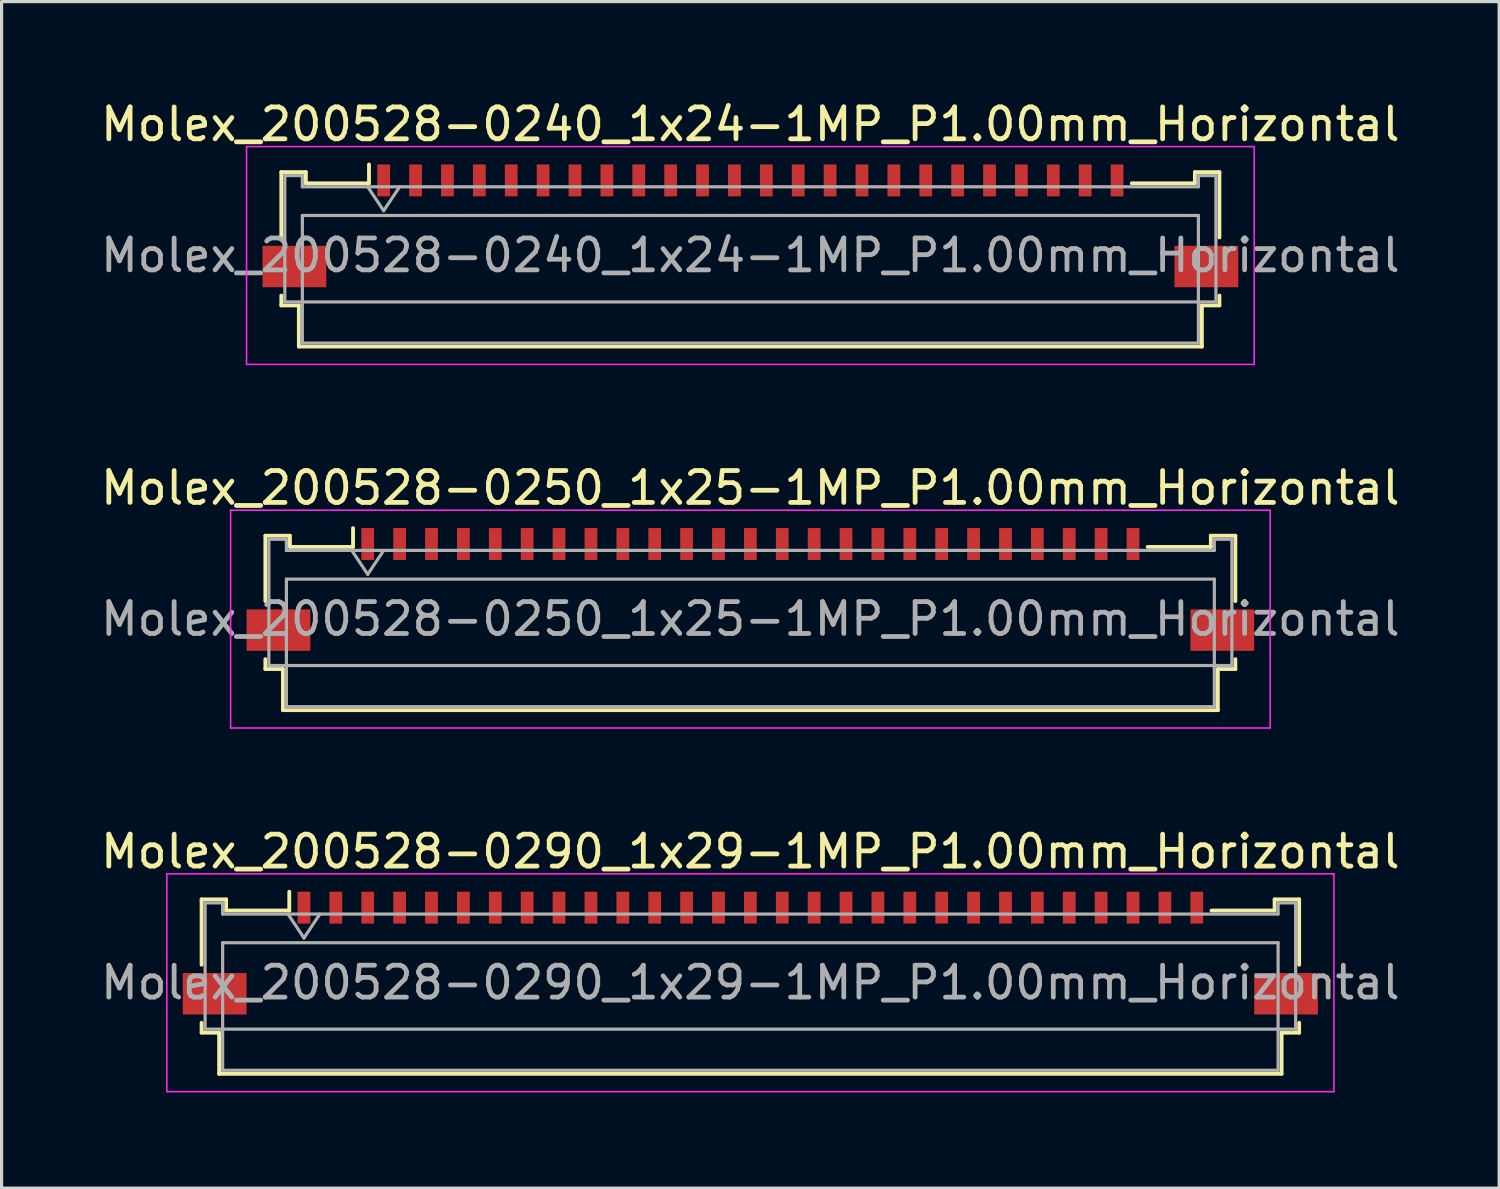
<source format=kicad_pcb>
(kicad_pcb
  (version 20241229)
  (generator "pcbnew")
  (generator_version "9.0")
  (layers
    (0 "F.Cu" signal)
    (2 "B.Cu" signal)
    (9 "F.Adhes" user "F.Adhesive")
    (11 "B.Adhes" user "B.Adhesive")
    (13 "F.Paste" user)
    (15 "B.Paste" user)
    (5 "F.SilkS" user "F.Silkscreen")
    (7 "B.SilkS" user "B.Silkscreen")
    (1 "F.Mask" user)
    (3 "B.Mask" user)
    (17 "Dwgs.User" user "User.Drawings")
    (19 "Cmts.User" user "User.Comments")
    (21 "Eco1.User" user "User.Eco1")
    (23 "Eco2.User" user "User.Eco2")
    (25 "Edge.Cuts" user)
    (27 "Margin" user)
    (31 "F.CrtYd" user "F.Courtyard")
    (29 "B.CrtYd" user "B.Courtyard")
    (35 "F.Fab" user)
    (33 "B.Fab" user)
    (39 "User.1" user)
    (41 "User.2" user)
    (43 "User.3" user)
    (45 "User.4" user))
  (footprint "Molex_200528-0250_1x25-1MP_P1.00mm_Horizontal"
    (layer "F.Cu")
    (at 20.482 14.921)
    (property "Reference" "Molex_200528-0250_1x25-1MP_P1.00mm_Horizontal" (at 0 -2.67 0) (layer "F.SilkS") (effects (font (size 1 1) (thickness 0.15))))
    (attr smd)
    (fp_line (start -15.21 -1.17) (end -15.21 0.88) (stroke (width 0.12) (type solid)) (layer "F.SilkS"))
    (fp_line (start -15.21 2.7) (end -15.21 3.01) (stroke (width 0.12) (type solid)) (layer "F.SilkS"))
    (fp_line (start -15.21 3.01) (end -14.66 3.01) (stroke (width 0.12) (type solid)) (layer "F.SilkS"))
    (fp_line (start -14.66 3.01) (end -14.66 4.3) (stroke (width 0.12) (type solid)) (layer "F.SilkS"))
    (fp_line (start -14.66 4.3) (end 14.66 4.3) (stroke (width 0.12) (type solid)) (layer "F.SilkS"))
    (fp_line (start -14.44 -1.17) (end -15.21 -1.17) (stroke (width 0.12) (type solid)) (layer "F.SilkS"))
    (fp_line (start -14.44 -0.82) (end -14.44 -1.17) (stroke (width 0.12) (type solid)) (layer "F.SilkS"))
    (fp_line (start -12.46 -1.41) (end -12.46 -0.82) (stroke (width 0.12) (type solid)) (layer "F.SilkS"))
    (fp_line (start -12.46 -0.82) (end -14.44 -0.82) (stroke (width 0.12) (type solid)) (layer "F.SilkS"))
    (fp_line (start 14.44 -1.17) (end 14.44 -0.82) (stroke (width 0.12) (type solid)) (layer "F.SilkS"))
    (fp_line (start 14.44 -0.82) (end 12.46 -0.82) (stroke (width 0.12) (type solid)) (layer "F.SilkS"))
    (fp_line (start 14.66 3.01) (end 15.21 3.01) (stroke (width 0.12) (type solid)) (layer "F.SilkS"))
    (fp_line (start 14.66 4.3) (end 14.66 3.01) (stroke (width 0.12) (type solid)) (layer "F.SilkS"))
    (fp_line (start 15.21 -1.17) (end 14.44 -1.17) (stroke (width 0.12) (type solid)) (layer "F.SilkS"))
    (fp_line (start 15.21 0.88) (end 15.21 -1.17) (stroke (width 0.12) (type solid)) (layer "F.SilkS"))
    (fp_line (start 15.21 3.01) (end 15.21 2.7) (stroke (width 0.12) (type solid)) (layer "F.SilkS"))
    (fp_line (start -16.3 -1.97) (end -16.3 4.86) (stroke (width 0.05) (type solid)) (layer "F.CrtYd"))
    (fp_line (start -16.3 4.86) (end 16.3 4.86) (stroke (width 0.05) (type solid)) (layer "F.CrtYd"))
    (fp_line (start 16.3 -1.97) (end -16.3 -1.97) (stroke (width 0.05) (type solid)) (layer "F.CrtYd"))
    (fp_line (start 16.3 4.86) (end 16.3 -1.97) (stroke (width 0.05) (type solid)) (layer "F.CrtYd"))
    (fp_line (start -15.1 -1.06) (end -15.1 2.9) (stroke (width 0.1) (type solid)) (layer "F.Fab"))
    (fp_line (start -15.1 2.9) (end 15.1 2.9) (stroke (width 0.1) (type solid)) (layer "F.Fab"))
    (fp_line (start -14.55 -1.06) (end -15.1 -1.06) (stroke (width 0.1) (type solid)) (layer "F.Fab"))
    (fp_line (start -14.55 -0.71) (end -14.55 -1.06) (stroke (width 0.1) (type solid)) (layer "F.Fab"))
    (fp_line (start -14.55 0.19) (end -14.55 4.19) (stroke (width 0.1) (type solid)) (layer "F.Fab"))
    (fp_line (start -14.55 4.19) (end 14.55 4.19) (stroke (width 0.1) (type solid)) (layer "F.Fab"))
    (fp_line (start -12.5 -0.71) (end -12 0.04) (stroke (width 0.1) (type solid)) (layer "F.Fab"))
    (fp_line (start -12 0.04) (end -11.5 -0.71) (stroke (width 0.1) (type solid)) (layer "F.Fab"))
    (fp_line (start 14.55 -1.06) (end 14.55 -0.71) (stroke (width 0.1) (type solid)) (layer "F.Fab"))
    (fp_line (start 14.55 -0.71) (end -14.55 -0.71) (stroke (width 0.1) (type solid)) (layer "F.Fab"))
    (fp_line (start 14.55 0.19) (end -14.55 0.19) (stroke (width 0.1) (type solid)) (layer "F.Fab"))
    (fp_line (start 14.55 4.19) (end 14.55 0.19) (stroke (width 0.1) (type solid)) (layer "F.Fab"))
    (fp_line (start 15.1 -1.06) (end 14.55 -1.06) (stroke (width 0.1) (type solid)) (layer "F.Fab"))
    (fp_line (start 15.1 2.9) (end 15.1 -1.06) (stroke (width 0.1) (type solid)) (layer "F.Fab"))
    (fp_text user "${REFERENCE}" (at 0 1.44 0) (layer "F.Fab") (effects (font (size 1 1) (thickness 0.15))))
    (pad "1" smd rect (at -12 -0.91) (size 0.4 1) (layers "F.Cu" "F.Mask" "F.Paste"))
    (pad "2" smd rect (at -11 -0.91) (size 0.4 1) (layers "F.Cu" "F.Mask" "F.Paste"))
    (pad "3" smd rect (at -10 -0.91) (size 0.4 1) (layers "F.Cu" "F.Mask" "F.Paste"))
    (pad "4" smd rect (at -9 -0.91) (size 0.4 1) (layers "F.Cu" "F.Mask" "F.Paste"))
    (pad "5" smd rect (at -8 -0.91) (size 0.4 1) (layers "F.Cu" "F.Mask" "F.Paste"))
    (pad "6" smd rect (at -7 -0.91) (size 0.4 1) (layers "F.Cu" "F.Mask" "F.Paste"))
    (pad "7" smd rect (at -6 -0.91) (size 0.4 1) (layers "F.Cu" "F.Mask" "F.Paste"))
    (pad "8" smd rect (at -5 -0.91) (size 0.4 1) (layers "F.Cu" "F.Mask" "F.Paste"))
    (pad "9" smd rect (at -4 -0.91) (size 0.4 1) (layers "F.Cu" "F.Mask" "F.Paste"))
    (pad "10" smd rect (at -3 -0.91) (size 0.4 1) (layers "F.Cu" "F.Mask" "F.Paste"))
    (pad "11" smd rect (at -2 -0.91) (size 0.4 1) (layers "F.Cu" "F.Mask" "F.Paste"))
    (pad "12" smd rect (at -1 -0.91) (size 0.4 1) (layers "F.Cu" "F.Mask" "F.Paste"))
    (pad "13" smd rect (at 0 -0.91) (size 0.4 1) (layers "F.Cu" "F.Mask" "F.Paste"))
    (pad "14" smd rect (at 1 -0.91) (size 0.4 1) (layers "F.Cu" "F.Mask" "F.Paste"))
    (pad "15" smd rect (at 2 -0.91) (size 0.4 1) (layers "F.Cu" "F.Mask" "F.Paste"))
    (pad "16" smd rect (at 3 -0.91) (size 0.4 1) (layers "F.Cu" "F.Mask" "F.Paste"))
    (pad "17" smd rect (at 4 -0.91) (size 0.4 1) (layers "F.Cu" "F.Mask" "F.Paste"))
    (pad "18" smd rect (at 5 -0.91) (size 0.4 1) (layers "F.Cu" "F.Mask" "F.Paste"))
    (pad "19" smd rect (at 6 -0.91) (size 0.4 1) (layers "F.Cu" "F.Mask" "F.Paste"))
    (pad "20" smd rect (at 7 -0.91) (size 0.4 1) (layers "F.Cu" "F.Mask" "F.Paste"))
    (pad "21" smd rect (at 8 -0.91) (size 0.4 1) (layers "F.Cu" "F.Mask" "F.Paste"))
    (pad "22" smd rect (at 9 -0.91) (size 0.4 1) (layers "F.Cu" "F.Mask" "F.Paste"))
    (pad "23" smd rect (at 10 -0.91) (size 0.4 1) (layers "F.Cu" "F.Mask" "F.Paste"))
    (pad "24" smd rect (at 11 -0.91) (size 0.4 1) (layers "F.Cu" "F.Mask" "F.Paste"))
    (pad "25" smd rect (at 12 -0.91) (size 0.4 1) (layers "F.Cu" "F.Mask" "F.Paste"))
    (pad "MP" smd rect (at -14.8 1.79) (size 2 1.3) (layers "F.Cu" "F.Mask" "F.Paste"))
    (pad "MP" smd rect (at 14.8 1.79) (size 2 1.3) (layers "F.Cu" "F.Mask" "F.Paste")))
  (footprint "Molex_200528-0240_1x24-1MP_P1.00mm_Horizontal"
    (layer "F.Cu")
    (at 20.482 3.518)
    (property "Reference" "Molex_200528-0240_1x24-1MP_P1.00mm_Horizontal" (at 0 -2.67 0) (layer "F.SilkS") (effects (font (size 1 1) (thickness 0.15))))
    (attr smd)
    (fp_line (start -14.71 -1.17) (end -14.71 0.88) (stroke (width 0.12) (type solid)) (layer "F.SilkS"))
    (fp_line (start -14.71 2.7) (end -14.71 3.01) (stroke (width 0.12) (type solid)) (layer "F.SilkS"))
    (fp_line (start -14.71 3.01) (end -14.16 3.01) (stroke (width 0.12) (type solid)) (layer "F.SilkS"))
    (fp_line (start -14.16 3.01) (end -14.16 4.3) (stroke (width 0.12) (type solid)) (layer "F.SilkS"))
    (fp_line (start -14.16 4.3) (end 14.16 4.3) (stroke (width 0.12) (type solid)) (layer "F.SilkS"))
    (fp_line (start -13.94 -1.17) (end -14.71 -1.17) (stroke (width 0.12) (type solid)) (layer "F.SilkS"))
    (fp_line (start -13.94 -0.82) (end -13.94 -1.17) (stroke (width 0.12) (type solid)) (layer "F.SilkS"))
    (fp_line (start -11.96 -1.41) (end -11.96 -0.82) (stroke (width 0.12) (type solid)) (layer "F.SilkS"))
    (fp_line (start -11.96 -0.82) (end -13.94 -0.82) (stroke (width 0.12) (type solid)) (layer "F.SilkS"))
    (fp_line (start 13.94 -1.17) (end 13.94 -0.82) (stroke (width 0.12) (type solid)) (layer "F.SilkS"))
    (fp_line (start 13.94 -0.82) (end 11.96 -0.82) (stroke (width 0.12) (type solid)) (layer "F.SilkS"))
    (fp_line (start 14.16 3.01) (end 14.71 3.01) (stroke (width 0.12) (type solid)) (layer "F.SilkS"))
    (fp_line (start 14.16 4.3) (end 14.16 3.01) (stroke (width 0.12) (type solid)) (layer "F.SilkS"))
    (fp_line (start 14.71 -1.17) (end 13.94 -1.17) (stroke (width 0.12) (type solid)) (layer "F.SilkS"))
    (fp_line (start 14.71 0.88) (end 14.71 -1.17) (stroke (width 0.12) (type solid)) (layer "F.SilkS"))
    (fp_line (start 14.71 3.01) (end 14.71 2.7) (stroke (width 0.12) (type solid)) (layer "F.SilkS"))
    (fp_line (start -15.8 -1.97) (end -15.8 4.86) (stroke (width 0.05) (type solid)) (layer "F.CrtYd"))
    (fp_line (start -15.8 4.86) (end 15.8 4.86) (stroke (width 0.05) (type solid)) (layer "F.CrtYd"))
    (fp_line (start 15.8 -1.97) (end -15.8 -1.97) (stroke (width 0.05) (type solid)) (layer "F.CrtYd"))
    (fp_line (start 15.8 4.86) (end 15.8 -1.97) (stroke (width 0.05) (type solid)) (layer "F.CrtYd"))
    (fp_line (start -14.6 -1.06) (end -14.6 2.9) (stroke (width 0.1) (type solid)) (layer "F.Fab"))
    (fp_line (start -14.6 2.9) (end 14.6 2.9) (stroke (width 0.1) (type solid)) (layer "F.Fab"))
    (fp_line (start -14.05 -1.06) (end -14.6 -1.06) (stroke (width 0.1) (type solid)) (layer "F.Fab"))
    (fp_line (start -14.05 -0.71) (end -14.05 -1.06) (stroke (width 0.1) (type solid)) (layer "F.Fab"))
    (fp_line (start -14.05 0.19) (end -14.05 4.19) (stroke (width 0.1) (type solid)) (layer "F.Fab"))
    (fp_line (start -14.05 4.19) (end 14.05 4.19) (stroke (width 0.1) (type solid)) (layer "F.Fab"))
    (fp_line (start -12 -0.71) (end -11.5 0.04) (stroke (width 0.1) (type solid)) (layer "F.Fab"))
    (fp_line (start -11.5 0.04) (end -11 -0.71) (stroke (width 0.1) (type solid)) (layer "F.Fab"))
    (fp_line (start 14.05 -1.06) (end 14.05 -0.71) (stroke (width 0.1) (type solid)) (layer "F.Fab"))
    (fp_line (start 14.05 -0.71) (end -14.05 -0.71) (stroke (width 0.1) (type solid)) (layer "F.Fab"))
    (fp_line (start 14.05 0.19) (end -14.05 0.19) (stroke (width 0.1) (type solid)) (layer "F.Fab"))
    (fp_line (start 14.05 4.19) (end 14.05 0.19) (stroke (width 0.1) (type solid)) (layer "F.Fab"))
    (fp_line (start 14.6 -1.06) (end 14.05 -1.06) (stroke (width 0.1) (type solid)) (layer "F.Fab"))
    (fp_line (start 14.6 2.9) (end 14.6 -1.06) (stroke (width 0.1) (type solid)) (layer "F.Fab"))
    (fp_text user "${REFERENCE}" (at 0 1.44 0) (layer "F.Fab") (effects (font (size 1 1) (thickness 0.15))))
    (pad "1" smd rect (at -11.5 -0.91) (size 0.4 1) (layers "F.Cu" "F.Mask" "F.Paste"))
    (pad "2" smd rect (at -10.5 -0.91) (size 0.4 1) (layers "F.Cu" "F.Mask" "F.Paste"))
    (pad "3" smd rect (at -9.5 -0.91) (size 0.4 1) (layers "F.Cu" "F.Mask" "F.Paste"))
    (pad "4" smd rect (at -8.5 -0.91) (size 0.4 1) (layers "F.Cu" "F.Mask" "F.Paste"))
    (pad "5" smd rect (at -7.5 -0.91) (size 0.4 1) (layers "F.Cu" "F.Mask" "F.Paste"))
    (pad "6" smd rect (at -6.5 -0.91) (size 0.4 1) (layers "F.Cu" "F.Mask" "F.Paste"))
    (pad "7" smd rect (at -5.5 -0.91) (size 0.4 1) (layers "F.Cu" "F.Mask" "F.Paste"))
    (pad "8" smd rect (at -4.5 -0.91) (size 0.4 1) (layers "F.Cu" "F.Mask" "F.Paste"))
    (pad "9" smd rect (at -3.5 -0.91) (size 0.4 1) (layers "F.Cu" "F.Mask" "F.Paste"))
    (pad "10" smd rect (at -2.5 -0.91) (size 0.4 1) (layers "F.Cu" "F.Mask" "F.Paste"))
    (pad "11" smd rect (at -1.5 -0.91) (size 0.4 1) (layers "F.Cu" "F.Mask" "F.Paste"))
    (pad "12" smd rect (at -0.5 -0.91) (size 0.4 1) (layers "F.Cu" "F.Mask" "F.Paste"))
    (pad "13" smd rect (at 0.5 -0.91) (size 0.4 1) (layers "F.Cu" "F.Mask" "F.Paste"))
    (pad "14" smd rect (at 1.5 -0.91) (size 0.4 1) (layers "F.Cu" "F.Mask" "F.Paste"))
    (pad "15" smd rect (at 2.5 -0.91) (size 0.4 1) (layers "F.Cu" "F.Mask" "F.Paste"))
    (pad "16" smd rect (at 3.5 -0.91) (size 0.4 1) (layers "F.Cu" "F.Mask" "F.Paste"))
    (pad "17" smd rect (at 4.5 -0.91) (size 0.4 1) (layers "F.Cu" "F.Mask" "F.Paste"))
    (pad "18" smd rect (at 5.5 -0.91) (size 0.4 1) (layers "F.Cu" "F.Mask" "F.Paste"))
    (pad "19" smd rect (at 6.5 -0.91) (size 0.4 1) (layers "F.Cu" "F.Mask" "F.Paste"))
    (pad "20" smd rect (at 7.5 -0.91) (size 0.4 1) (layers "F.Cu" "F.Mask" "F.Paste"))
    (pad "21" smd rect (at 8.5 -0.91) (size 0.4 1) (layers "F.Cu" "F.Mask" "F.Paste"))
    (pad "22" smd rect (at 9.5 -0.91) (size 0.4 1) (layers "F.Cu" "F.Mask" "F.Paste"))
    (pad "23" smd rect (at 10.5 -0.91) (size 0.4 1) (layers "F.Cu" "F.Mask" "F.Paste"))
    (pad "24" smd rect (at 11.5 -0.91) (size 0.4 1) (layers "F.Cu" "F.Mask" "F.Paste"))
    (pad "MP" smd rect (at -14.3 1.79) (size 2 1.3) (layers "F.Cu" "F.Mask" "F.Paste"))
    (pad "MP" smd rect (at 14.3 1.79) (size 2 1.3) (layers "F.Cu" "F.Mask" "F.Paste")))
  (footprint "Molex_200528-0290_1x29-1MP_P1.00mm_Horizontal"
    (layer "F.Cu")
    (at 20.482 26.325)
    (property "Reference" "Molex_200528-0290_1x29-1MP_P1.00mm_Horizontal" (at 0 -2.67 0) (layer "F.SilkS") (effects (font (size 1 1) (thickness 0.15))))
    (attr smd)
    (fp_line (start -17.21 -1.17) (end -17.21 0.88) (stroke (width 0.12) (type solid)) (layer "F.SilkS"))
    (fp_line (start -17.21 2.7) (end -17.21 3.01) (stroke (width 0.12) (type solid)) (layer "F.SilkS"))
    (fp_line (start -17.21 3.01) (end -16.66 3.01) (stroke (width 0.12) (type solid)) (layer "F.SilkS"))
    (fp_line (start -16.66 3.01) (end -16.66 4.3) (stroke (width 0.12) (type solid)) (layer "F.SilkS"))
    (fp_line (start -16.66 4.3) (end 16.66 4.3) (stroke (width 0.12) (type solid)) (layer "F.SilkS"))
    (fp_line (start -16.44 -1.17) (end -17.21 -1.17) (stroke (width 0.12) (type solid)) (layer "F.SilkS"))
    (fp_line (start -16.44 -0.82) (end -16.44 -1.17) (stroke (width 0.12) (type solid)) (layer "F.SilkS"))
    (fp_line (start -14.46 -1.41) (end -14.46 -0.82) (stroke (width 0.12) (type solid)) (layer "F.SilkS"))
    (fp_line (start -14.46 -0.82) (end -16.44 -0.82) (stroke (width 0.12) (type solid)) (layer "F.SilkS"))
    (fp_line (start 16.44 -1.17) (end 16.44 -0.82) (stroke (width 0.12) (type solid)) (layer "F.SilkS"))
    (fp_line (start 16.44 -0.82) (end 14.46 -0.82) (stroke (width 0.12) (type solid)) (layer "F.SilkS"))
    (fp_line (start 16.66 3.01) (end 17.21 3.01) (stroke (width 0.12) (type solid)) (layer "F.SilkS"))
    (fp_line (start 16.66 4.3) (end 16.66 3.01) (stroke (width 0.12) (type solid)) (layer "F.SilkS"))
    (fp_line (start 17.21 -1.17) (end 16.44 -1.17) (stroke (width 0.12) (type solid)) (layer "F.SilkS"))
    (fp_line (start 17.21 0.88) (end 17.21 -1.17) (stroke (width 0.12) (type solid)) (layer "F.SilkS"))
    (fp_line (start 17.21 3.01) (end 17.21 2.7) (stroke (width 0.12) (type solid)) (layer "F.SilkS"))
    (fp_line (start -18.3 -1.97) (end -18.3 4.86) (stroke (width 0.05) (type solid)) (layer "F.CrtYd"))
    (fp_line (start -18.3 4.86) (end 18.3 4.86) (stroke (width 0.05) (type solid)) (layer "F.CrtYd"))
    (fp_line (start 18.3 -1.97) (end -18.3 -1.97) (stroke (width 0.05) (type solid)) (layer "F.CrtYd"))
    (fp_line (start 18.3 4.86) (end 18.3 -1.97) (stroke (width 0.05) (type solid)) (layer "F.CrtYd"))
    (fp_line (start -17.1 -1.06) (end -17.1 2.9) (stroke (width 0.1) (type solid)) (layer "F.Fab"))
    (fp_line (start -17.1 2.9) (end 17.1 2.9) (stroke (width 0.1) (type solid)) (layer "F.Fab"))
    (fp_line (start -16.55 -1.06) (end -17.1 -1.06) (stroke (width 0.1) (type solid)) (layer "F.Fab"))
    (fp_line (start -16.55 -0.71) (end -16.55 -1.06) (stroke (width 0.1) (type solid)) (layer "F.Fab"))
    (fp_line (start -16.55 0.19) (end -16.55 4.19) (stroke (width 0.1) (type solid)) (layer "F.Fab"))
    (fp_line (start -16.55 4.19) (end 16.55 4.19) (stroke (width 0.1) (type solid)) (layer "F.Fab"))
    (fp_line (start -14.5 -0.71) (end -14 0.04) (stroke (width 0.1) (type solid)) (layer "F.Fab"))
    (fp_line (start -14 0.04) (end -13.5 -0.71) (stroke (width 0.1) (type solid)) (layer "F.Fab"))
    (fp_line (start 16.55 -1.06) (end 16.55 -0.71) (stroke (width 0.1) (type solid)) (layer "F.Fab"))
    (fp_line (start 16.55 -0.71) (end -16.55 -0.71) (stroke (width 0.1) (type solid)) (layer "F.Fab"))
    (fp_line (start 16.55 0.19) (end -16.55 0.19) (stroke (width 0.1) (type solid)) (layer "F.Fab"))
    (fp_line (start 16.55 4.19) (end 16.55 0.19) (stroke (width 0.1) (type solid)) (layer "F.Fab"))
    (fp_line (start 17.1 -1.06) (end 16.55 -1.06) (stroke (width 0.1) (type solid)) (layer "F.Fab"))
    (fp_line (start 17.1 2.9) (end 17.1 -1.06) (stroke (width 0.1) (type solid)) (layer "F.Fab"))
    (fp_text user "${REFERENCE}" (at 0 1.44 0) (layer "F.Fab") (effects (font (size 1 1) (thickness 0.15))))
    (pad "1" smd rect (at -14 -0.91) (size 0.4 1) (layers "F.Cu" "F.Mask" "F.Paste"))
    (pad "2" smd rect (at -13 -0.91) (size 0.4 1) (layers "F.Cu" "F.Mask" "F.Paste"))
    (pad "3" smd rect (at -12 -0.91) (size 0.4 1) (layers "F.Cu" "F.Mask" "F.Paste"))
    (pad "4" smd rect (at -11 -0.91) (size 0.4 1) (layers "F.Cu" "F.Mask" "F.Paste"))
    (pad "5" smd rect (at -10 -0.91) (size 0.4 1) (layers "F.Cu" "F.Mask" "F.Paste"))
    (pad "6" smd rect (at -9 -0.91) (size 0.4 1) (layers "F.Cu" "F.Mask" "F.Paste"))
    (pad "7" smd rect (at -8 -0.91) (size 0.4 1) (layers "F.Cu" "F.Mask" "F.Paste"))
    (pad "8" smd rect (at -7 -0.91) (size 0.4 1) (layers "F.Cu" "F.Mask" "F.Paste"))
    (pad "9" smd rect (at -6 -0.91) (size 0.4 1) (layers "F.Cu" "F.Mask" "F.Paste"))
    (pad "10" smd rect (at -5 -0.91) (size 0.4 1) (layers "F.Cu" "F.Mask" "F.Paste"))
    (pad "11" smd rect (at -4 -0.91) (size 0.4 1) (layers "F.Cu" "F.Mask" "F.Paste"))
    (pad "12" smd rect (at -3 -0.91) (size 0.4 1) (layers "F.Cu" "F.Mask" "F.Paste"))
    (pad "13" smd rect (at -2 -0.91) (size 0.4 1) (layers "F.Cu" "F.Mask" "F.Paste"))
    (pad "14" smd rect (at -1 -0.91) (size 0.4 1) (layers "F.Cu" "F.Mask" "F.Paste"))
    (pad "15" smd rect (at 0 -0.91) (size 0.4 1) (layers "F.Cu" "F.Mask" "F.Paste"))
    (pad "16" smd rect (at 1 -0.91) (size 0.4 1) (layers "F.Cu" "F.Mask" "F.Paste"))
    (pad "17" smd rect (at 2 -0.91) (size 0.4 1) (layers "F.Cu" "F.Mask" "F.Paste"))
    (pad "18" smd rect (at 3 -0.91) (size 0.4 1) (layers "F.Cu" "F.Mask" "F.Paste"))
    (pad "19" smd rect (at 4 -0.91) (size 0.4 1) (layers "F.Cu" "F.Mask" "F.Paste"))
    (pad "20" smd rect (at 5 -0.91) (size 0.4 1) (layers "F.Cu" "F.Mask" "F.Paste"))
    (pad "21" smd rect (at 6 -0.91) (size 0.4 1) (layers "F.Cu" "F.Mask" "F.Paste"))
    (pad "22" smd rect (at 7 -0.91) (size 0.4 1) (layers "F.Cu" "F.Mask" "F.Paste"))
    (pad "23" smd rect (at 8 -0.91) (size 0.4 1) (layers "F.Cu" "F.Mask" "F.Paste"))
    (pad "24" smd rect (at 9 -0.91) (size 0.4 1) (layers "F.Cu" "F.Mask" "F.Paste"))
    (pad "25" smd rect (at 10 -0.91) (size 0.4 1) (layers "F.Cu" "F.Mask" "F.Paste"))
    (pad "26" smd rect (at 11 -0.91) (size 0.4 1) (layers "F.Cu" "F.Mask" "F.Paste"))
    (pad "27" smd rect (at 12 -0.91) (size 0.4 1) (layers "F.Cu" "F.Mask" "F.Paste"))
    (pad "28" smd rect (at 13 -0.91) (size 0.4 1) (layers "F.Cu" "F.Mask" "F.Paste"))
    (pad "29" smd rect (at 14 -0.91) (size 0.4 1) (layers "F.Cu" "F.Mask" "F.Paste"))
    (pad "MP" smd rect (at -16.8 1.79) (size 2 1.3) (layers "F.Cu" "F.Mask" "F.Paste"))
    (pad "MP" smd rect (at 16.8 1.79) (size 2 1.3) (layers "F.Cu" "F.Mask" "F.Paste")))
  (gr_rect
    (start -3 -3)
    (end 43.964 34.21)
    (stroke (width 0.1) (type default))
    (fill no)
    (layer "Edge.Cuts")))
</source>
